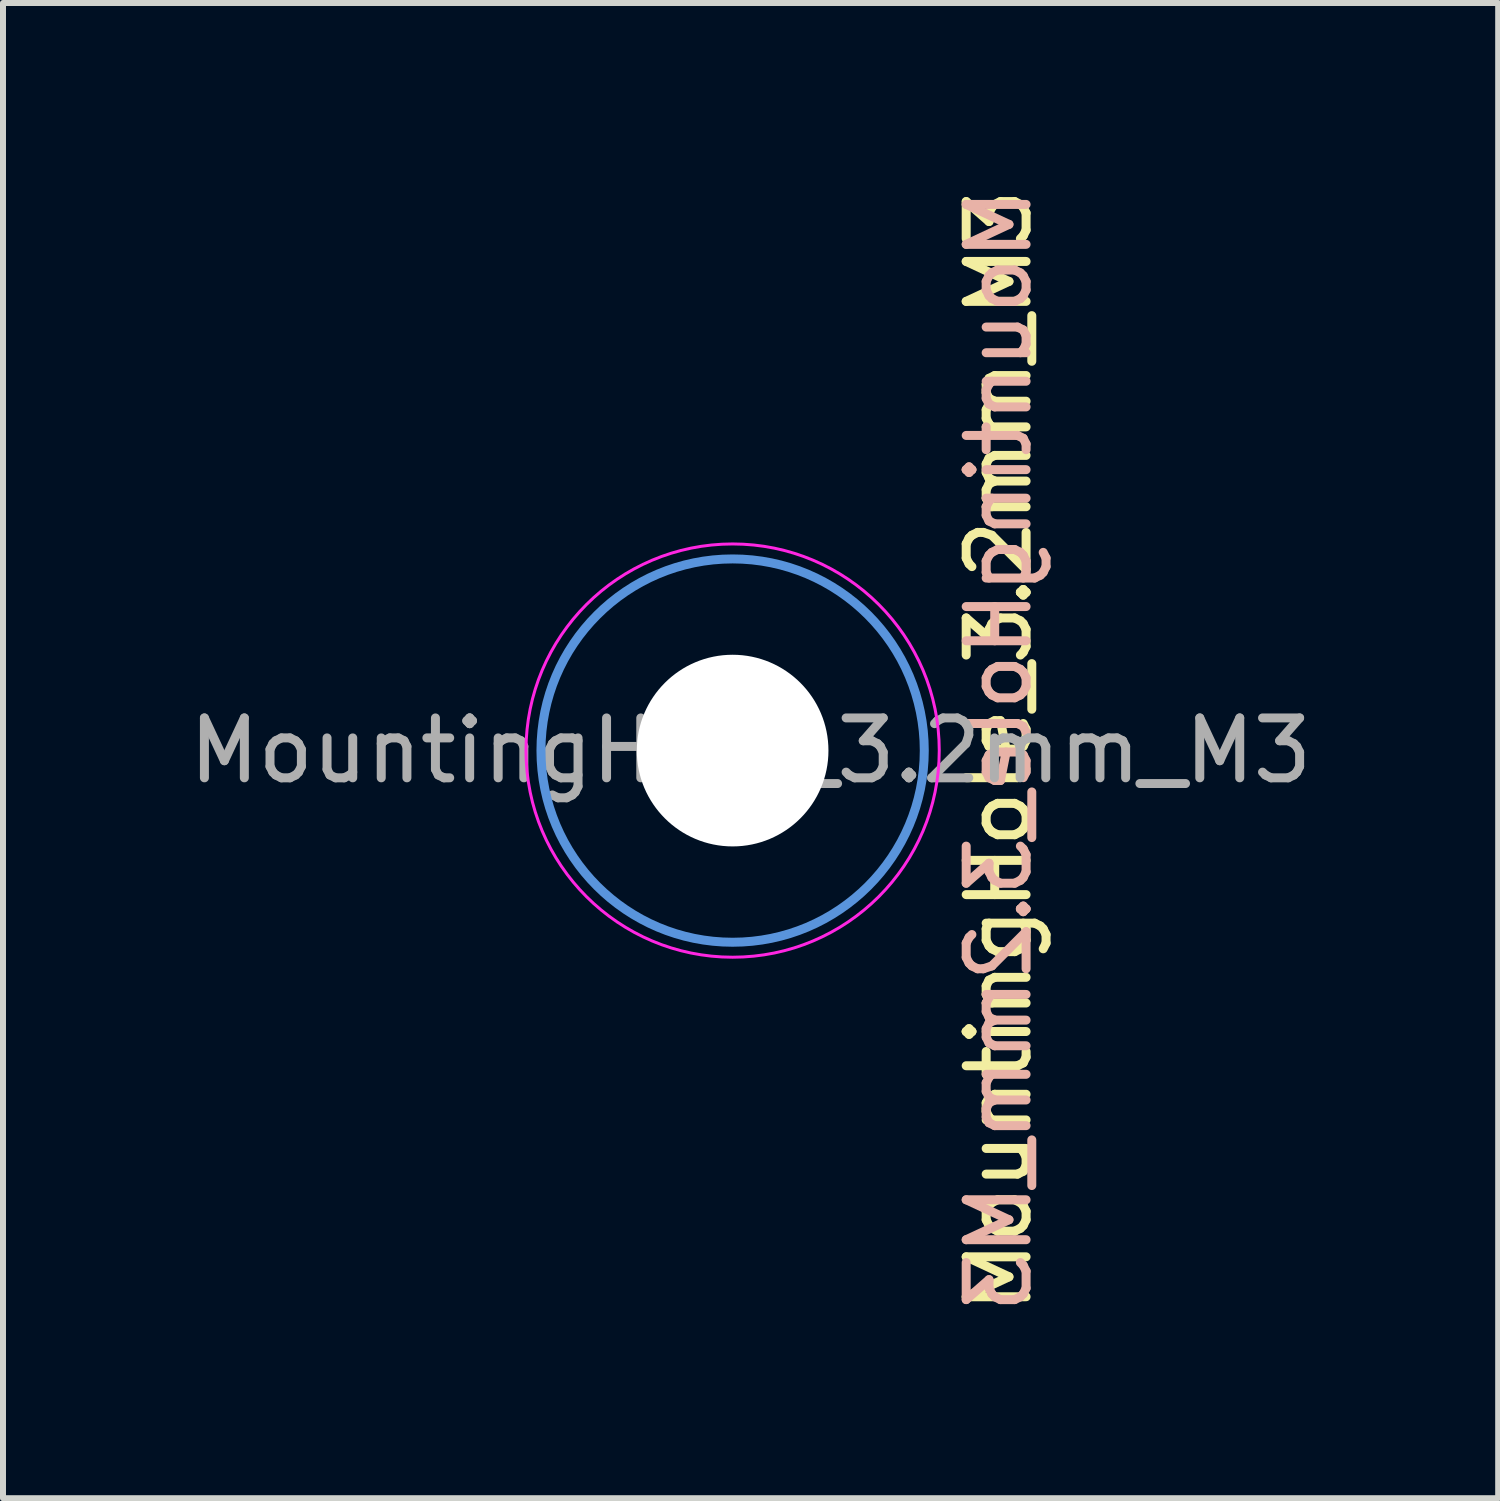
<source format=kicad_pcb>
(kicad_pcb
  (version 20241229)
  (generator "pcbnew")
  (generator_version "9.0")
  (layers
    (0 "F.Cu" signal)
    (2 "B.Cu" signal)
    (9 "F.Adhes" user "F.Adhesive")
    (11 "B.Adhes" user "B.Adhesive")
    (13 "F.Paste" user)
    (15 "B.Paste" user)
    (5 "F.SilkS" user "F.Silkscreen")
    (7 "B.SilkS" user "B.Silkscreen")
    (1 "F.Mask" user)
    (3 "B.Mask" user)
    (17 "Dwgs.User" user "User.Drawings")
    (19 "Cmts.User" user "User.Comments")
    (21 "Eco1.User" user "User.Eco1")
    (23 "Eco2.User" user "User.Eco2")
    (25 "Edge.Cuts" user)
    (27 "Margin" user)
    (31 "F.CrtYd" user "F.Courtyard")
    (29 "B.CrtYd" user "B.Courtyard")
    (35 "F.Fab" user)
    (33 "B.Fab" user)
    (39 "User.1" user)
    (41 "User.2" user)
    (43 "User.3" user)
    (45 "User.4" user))
  (footprint "MountingHole_3.2mm_M3"
    (layer "F.Cu")
    (at 9.182 9.482)
    (property "Reference" "MountingHole_3.2mm_M3" (at 4.445 0 90) (layer "F.SilkS") (effects (font (size 1 1) (thickness 0.15))))
    (attr exclude_from_pos_files exclude_from_bom)
    (fp_circle (center 0 0) (end 3.2 0) (stroke (width 0.15) (type solid)) (fill no) (layer "Cmts.User"))
    (fp_circle (center 0 0) (end 3.45 0) (stroke (width 0.05) (type solid)) (fill no) (layer "F.CrtYd"))
    (fp_text user "${REFERENCE}" (at 4.445 0 90) (layer "B.SilkS") (effects (font (size 1 1) (thickness 0.15)) (justify mirror)))
    (fp_text user "${REFERENCE}" (at 0.3 0 0) (layer "F.Fab") (effects (font (size 1 1) (thickness 0.15))))
    (pad "" np_thru_hole circle (at 0 0) (size 3.2 3.2) (drill 3.2) (layers "*.Cu" "*.Mask")))
  (gr_rect
    (start -3 -3)
    (end 21.964 21.964)
    (stroke (width 0.1) (type default))
    (fill no)
    (layer "Edge.Cuts")))
</source>
